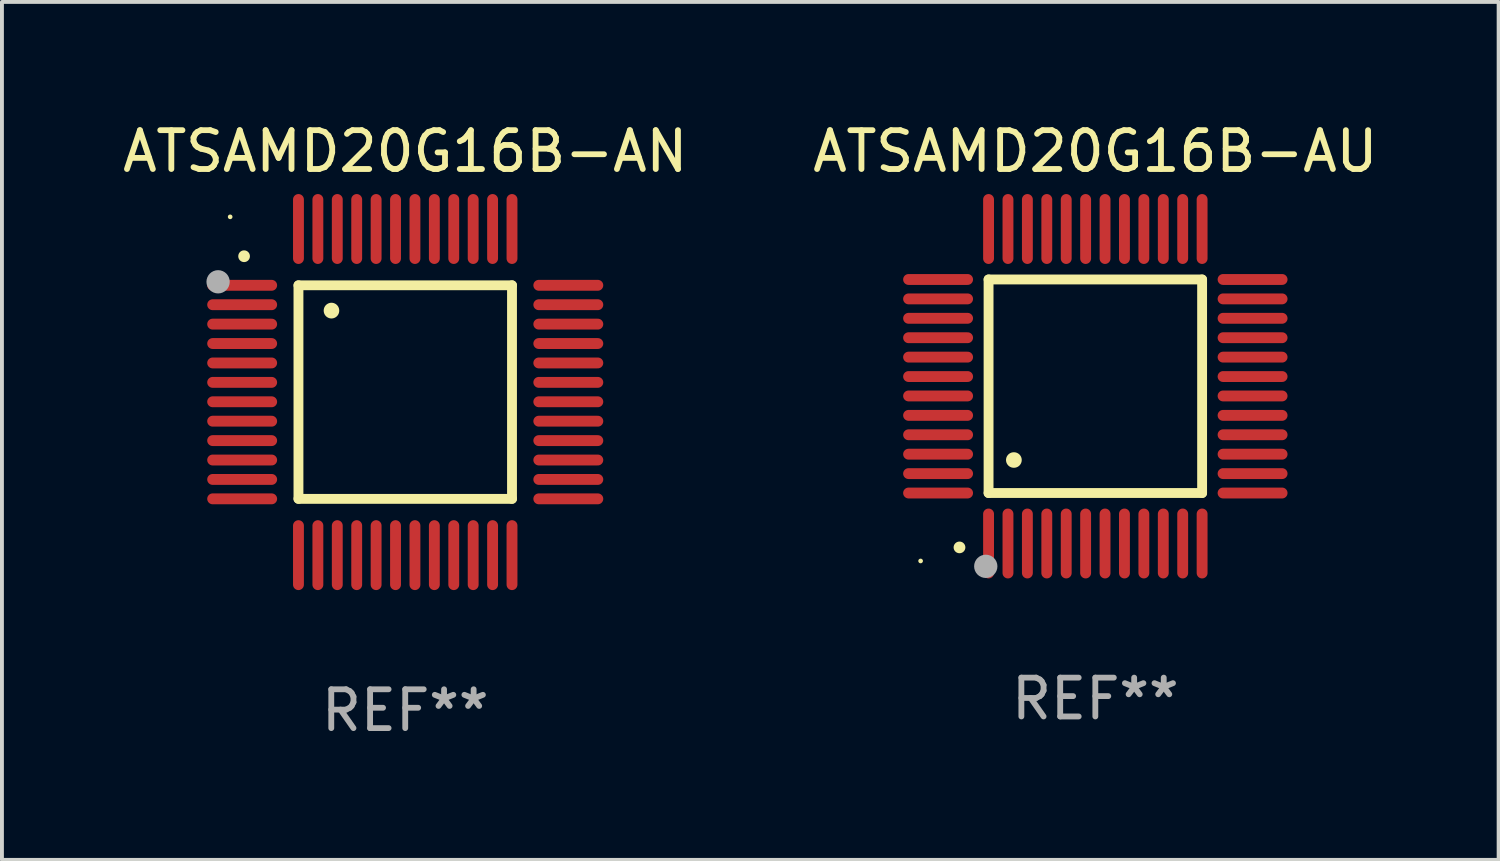
<source format=kicad_pcb>
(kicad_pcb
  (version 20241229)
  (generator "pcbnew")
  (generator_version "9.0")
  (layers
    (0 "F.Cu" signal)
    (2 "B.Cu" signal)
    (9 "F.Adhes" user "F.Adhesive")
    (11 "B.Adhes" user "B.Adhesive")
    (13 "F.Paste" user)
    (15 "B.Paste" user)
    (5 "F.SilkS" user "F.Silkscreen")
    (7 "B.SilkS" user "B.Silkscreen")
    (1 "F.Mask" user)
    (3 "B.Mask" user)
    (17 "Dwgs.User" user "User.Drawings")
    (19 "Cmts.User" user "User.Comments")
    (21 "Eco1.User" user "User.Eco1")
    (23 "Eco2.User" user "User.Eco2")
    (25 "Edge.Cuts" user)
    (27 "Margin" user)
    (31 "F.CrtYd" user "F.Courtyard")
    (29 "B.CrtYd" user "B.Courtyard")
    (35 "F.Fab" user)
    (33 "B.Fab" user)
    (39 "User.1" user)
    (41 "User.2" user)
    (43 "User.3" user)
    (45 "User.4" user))
  (footprint "ATSAMD20G16B-AU"
    (layer "F.Cu")
    (at 25.161 6.898)
    (property "Reference" "ATSAMD20G16B-AU" (at 0 -6.05 0) (layer "F.SilkS") (effects (font (size 1 1) (thickness 0.15))))
    (attr through_hole)
    (fp_line (start -2.75 -2.75) (end 2.75 -2.75) (stroke (width 0.254) (type solid)) (layer "F.SilkS"))
    (fp_line (start -2.75 2.75) (end -2.75 -2.75) (stroke (width 0.254) (type solid)) (layer "F.SilkS"))
    (fp_line (start 2.75 -2.75) (end 2.75 2.75) (stroke (width 0.254) (type solid)) (layer "F.SilkS"))
    (fp_line (start 2.75 2.75) (end -2.75 2.75) (stroke (width 0.254) (type solid)) (layer "F.SilkS"))
    (fp_arc (start -3.500127 4.150368) (mid -3.498857 4.150363) (end -3.497587 4.150368) (stroke (width 0.3) (type solid)) (layer "F.SilkS"))
    (fp_arc (start -2.100584 1.899924) (mid -2.098044 1.899908) (end -2.095504 1.899924) (stroke (width 0.4) (type solid)) (layer "F.SilkS"))
    (fp_circle (center -4.5 4.5) (end -4.47 4.5) (stroke (width 0.06) (type solid)) (fill no) (layer "F.SilkS"))
    (fp_circle (center -2.822 4.638) (end -2.672 4.638) (stroke (width 0.3) (type solid)) (fill no) (layer "F.Fab"))
    (fp_text user "REF**" (at 0 8.05 0) (layer "F.Fab") (effects (font (size 1 1) (thickness 0.15))))
    (pad "1" smd oval (at -2.75 4.05) (size 0.28 1.8) (layers "F.Cu" "F.Mask" "F.Paste"))
    (pad "2" smd oval (at -2.25 4.05) (size 0.28 1.8) (layers "F.Cu" "F.Mask" "F.Paste"))
    (pad "3" smd oval (at -1.75 4.05) (size 0.28 1.8) (layers "F.Cu" "F.Mask" "F.Paste"))
    (pad "4" smd oval (at -1.25 4.05) (size 0.28 1.8) (layers "F.Cu" "F.Mask" "F.Paste"))
    (pad "5" smd oval (at -0.75 4.05) (size 0.28 1.8) (layers "F.Cu" "F.Mask" "F.Paste"))
    (pad "6" smd oval (at -0.25 4.05) (size 0.28 1.8) (layers "F.Cu" "F.Mask" "F.Paste"))
    (pad "7" smd oval (at 0.25 4.05) (size 0.28 1.8) (layers "F.Cu" "F.Mask" "F.Paste"))
    (pad "8" smd oval (at 0.75 4.05) (size 0.28 1.8) (layers "F.Cu" "F.Mask" "F.Paste"))
    (pad "9" smd oval (at 1.25 4.05) (size 0.28 1.8) (layers "F.Cu" "F.Mask" "F.Paste"))
    (pad "10" smd oval (at 1.75 4.05) (size 0.28 1.8) (layers "F.Cu" "F.Mask" "F.Paste"))
    (pad "11" smd oval (at 2.25 4.05) (size 0.28 1.8) (layers "F.Cu" "F.Mask" "F.Paste"))
    (pad "12" smd oval (at 2.75 4.05) (size 0.28 1.8) (layers "F.Cu" "F.Mask" "F.Paste"))
    (pad "13" smd oval (at 4.05 2.75) (size 1.8 0.28) (layers "F.Cu" "F.Mask" "F.Paste"))
    (pad "14" smd oval (at 4.05 2.25) (size 1.8 0.28) (layers "F.Cu" "F.Mask" "F.Paste"))
    (pad "15" smd oval (at 4.05 1.75) (size 1.8 0.28) (layers "F.Cu" "F.Mask" "F.Paste"))
    (pad "16" smd oval (at 4.05 1.25) (size 1.8 0.28) (layers "F.Cu" "F.Mask" "F.Paste"))
    (pad "17" smd oval (at 4.05 0.75) (size 1.8 0.28) (layers "F.Cu" "F.Mask" "F.Paste"))
    (pad "18" smd oval (at 4.05 0.25) (size 1.8 0.28) (layers "F.Cu" "F.Mask" "F.Paste"))
    (pad "19" smd oval (at 4.05 -0.25) (size 1.8 0.28) (layers "F.Cu" "F.Mask" "F.Paste"))
    (pad "20" smd oval (at 4.05 -0.75) (size 1.8 0.28) (layers "F.Cu" "F.Mask" "F.Paste"))
    (pad "21" smd oval (at 4.05 -1.25) (size 1.8 0.28) (layers "F.Cu" "F.Mask" "F.Paste"))
    (pad "22" smd oval (at 4.05 -1.75) (size 1.8 0.28) (layers "F.Cu" "F.Mask" "F.Paste"))
    (pad "23" smd oval (at 4.05 -2.25) (size 1.8 0.28) (layers "F.Cu" "F.Mask" "F.Paste"))
    (pad "24" smd oval (at 4.05 -2.75) (size 1.8 0.28) (layers "F.Cu" "F.Mask" "F.Paste"))
    (pad "25" smd oval (at 2.75 -4.05) (size 0.28 1.8) (layers "F.Cu" "F.Mask" "F.Paste"))
    (pad "26" smd oval (at 2.25 -4.05) (size 0.28 1.8) (layers "F.Cu" "F.Mask" "F.Paste"))
    (pad "27" smd oval (at 1.75 -4.05) (size 0.28 1.8) (layers "F.Cu" "F.Mask" "F.Paste"))
    (pad "28" smd oval (at 1.25 -4.05) (size 0.28 1.8) (layers "F.Cu" "F.Mask" "F.Paste"))
    (pad "29" smd oval (at 0.75 -4.05) (size 0.28 1.8) (layers "F.Cu" "F.Mask" "F.Paste"))
    (pad "30" smd oval (at 0.25 -4.05) (size 0.28 1.8) (layers "F.Cu" "F.Mask" "F.Paste"))
    (pad "31" smd oval (at -0.25 -4.05) (size 0.28 1.8) (layers "F.Cu" "F.Mask" "F.Paste"))
    (pad "32" smd oval (at -0.75 -4.05) (size 0.28 1.8) (layers "F.Cu" "F.Mask" "F.Paste"))
    (pad "33" smd oval (at -1.25 -4.05) (size 0.28 1.8) (layers "F.Cu" "F.Mask" "F.Paste"))
    (pad "34" smd oval (at -1.75 -4.05) (size 0.28 1.8) (layers "F.Cu" "F.Mask" "F.Paste"))
    (pad "35" smd oval (at -2.25 -4.05) (size 0.28 1.8) (layers "F.Cu" "F.Mask" "F.Paste"))
    (pad "36" smd oval (at -2.75 -4.05) (size 0.28 1.8) (layers "F.Cu" "F.Mask" "F.Paste"))
    (pad "37" smd oval (at -4.05 -2.75) (size 1.8 0.28) (layers "F.Cu" "F.Mask" "F.Paste"))
    (pad "38" smd oval (at -4.05 -2.25) (size 1.8 0.28) (layers "F.Cu" "F.Mask" "F.Paste"))
    (pad "39" smd oval (at -4.05 -1.75) (size 1.8 0.28) (layers "F.Cu" "F.Mask" "F.Paste"))
    (pad "40" smd oval (at -4.05 -1.25) (size 1.8 0.28) (layers "F.Cu" "F.Mask" "F.Paste"))
    (pad "41" smd oval (at -4.05 -0.75) (size 1.8 0.28) (layers "F.Cu" "F.Mask" "F.Paste"))
    (pad "42" smd oval (at -4.05 -0.25) (size 1.8 0.28) (layers "F.Cu" "F.Mask" "F.Paste"))
    (pad "43" smd oval (at -4.05 0.25) (size 1.8 0.28) (layers "F.Cu" "F.Mask" "F.Paste"))
    (pad "44" smd oval (at -4.05 0.75) (size 1.8 0.28) (layers "F.Cu" "F.Mask" "F.Paste"))
    (pad "45" smd oval (at -4.05 1.25) (size 1.8 0.28) (layers "F.Cu" "F.Mask" "F.Paste"))
    (pad "46" smd oval (at -4.05 1.75) (size 1.8 0.28) (layers "F.Cu" "F.Mask" "F.Paste"))
    (pad "47" smd oval (at -4.05 2.25) (size 1.8 0.28) (layers "F.Cu" "F.Mask" "F.Paste"))
    (pad "48" smd oval (at -4.05 2.75) (size 1.8 0.28) (layers "F.Cu" "F.Mask" "F.Paste")))
  (footprint "ATSAMD20G16B-AN"
    (layer "F.Cu")
    (at 7.387 7.048)
    (property "Reference" "ATSAMD20G16B-AN" (at 0 -6.2 0) (layer "F.SilkS") (effects (font (size 1 1) (thickness 0.15))))
    (attr through_hole)
    (fp_line (start -2.75 -2.75) (end 2.75 -2.75) (stroke (width 0.254) (type solid)) (layer "F.SilkS"))
    (fp_line (start -2.75 2.75) (end -2.75 -2.75) (stroke (width 0.254) (type solid)) (layer "F.SilkS"))
    (fp_line (start 2.75 -2.75) (end 2.75 2.75) (stroke (width 0.254) (type solid)) (layer "F.SilkS"))
    (fp_line (start 2.75 2.75) (end -2.75 2.75) (stroke (width 0.254) (type solid)) (layer "F.SilkS"))
    (fp_arc (start -4.150368 -3.497587) (mid -4.150373 -3.498857) (end -4.150368 -3.500127) (stroke (width 0.3) (type solid)) (layer "F.SilkS"))
    (fp_arc (start -1.899924 -2.095504) (mid -1.89994 -2.098044) (end -1.899924 -2.100584) (stroke (width 0.4) (type solid)) (layer "F.SilkS"))
    (fp_circle (center -4.509 -4.513) (end -4.479 -4.513) (stroke (width 0.06) (type solid)) (fill no) (layer "F.SilkS"))
    (fp_circle (center -4.82 -2.84) (end -4.67 -2.84) (stroke (width 0.3) (type solid)) (fill no) (layer "F.Fab"))
    (fp_text user "REF**" (at 0 8.2 0) (layer "F.Fab") (effects (font (size 1 1) (thickness 0.15))))
    (pad "1" smd oval (at -4.2 -2.75 90) (size 0.28 1.8) (layers "F.Cu" "F.Mask" "F.Paste"))
    (pad "2" smd oval (at -4.2 -2.25 90) (size 0.28 1.8) (layers "F.Cu" "F.Mask" "F.Paste"))
    (pad "3" smd oval (at -4.2 -1.75 90) (size 0.28 1.8) (layers "F.Cu" "F.Mask" "F.Paste"))
    (pad "4" smd oval (at -4.2 -1.25 90) (size 0.28 1.8) (layers "F.Cu" "F.Mask" "F.Paste"))
    (pad "5" smd oval (at -4.2 -0.75 90) (size 0.28 1.8) (layers "F.Cu" "F.Mask" "F.Paste"))
    (pad "6" smd oval (at -4.2 -0.25 90) (size 0.28 1.8) (layers "F.Cu" "F.Mask" "F.Paste"))
    (pad "7" smd oval (at -4.2 0.25 90) (size 0.28 1.8) (layers "F.Cu" "F.Mask" "F.Paste"))
    (pad "8" smd oval (at -4.2 0.75 90) (size 0.28 1.8) (layers "F.Cu" "F.Mask" "F.Paste"))
    (pad "9" smd oval (at -4.2 1.25 90) (size 0.28 1.8) (layers "F.Cu" "F.Mask" "F.Paste"))
    (pad "10" smd oval (at -4.2 1.75 90) (size 0.28 1.8) (layers "F.Cu" "F.Mask" "F.Paste"))
    (pad "11" smd oval (at -4.2 2.25 90) (size 0.28 1.8) (layers "F.Cu" "F.Mask" "F.Paste"))
    (pad "12" smd oval (at -4.2 2.75 90) (size 0.28 1.8) (layers "F.Cu" "F.Mask" "F.Paste"))
    (pad "13" smd oval (at -2.75 4.2) (size 0.28 1.8) (layers "F.Cu" "F.Mask" "F.Paste"))
    (pad "14" smd oval (at -2.25 4.2) (size 0.28 1.8) (layers "F.Cu" "F.Mask" "F.Paste"))
    (pad "15" smd oval (at -1.75 4.2) (size 0.28 1.8) (layers "F.Cu" "F.Mask" "F.Paste"))
    (pad "16" smd oval (at -1.25 4.2) (size 0.28 1.8) (layers "F.Cu" "F.Mask" "F.Paste"))
    (pad "17" smd oval (at -0.75 4.2) (size 0.28 1.8) (layers "F.Cu" "F.Mask" "F.Paste"))
    (pad "18" smd oval (at -0.25 4.2) (size 0.28 1.8) (layers "F.Cu" "F.Mask" "F.Paste"))
    (pad "19" smd oval (at 0.25 4.2) (size 0.28 1.8) (layers "F.Cu" "F.Mask" "F.Paste"))
    (pad "20" smd oval (at 0.75 4.2) (size 0.28 1.8) (layers "F.Cu" "F.Mask" "F.Paste"))
    (pad "21" smd oval (at 1.25 4.2) (size 0.28 1.8) (layers "F.Cu" "F.Mask" "F.Paste"))
    (pad "22" smd oval (at 1.75 4.2) (size 0.28 1.8) (layers "F.Cu" "F.Mask" "F.Paste"))
    (pad "23" smd oval (at 2.25 4.2) (size 0.28 1.8) (layers "F.Cu" "F.Mask" "F.Paste"))
    (pad "24" smd oval (at 2.75 4.2) (size 0.28 1.8) (layers "F.Cu" "F.Mask" "F.Paste"))
    (pad "25" smd oval (at 4.2 2.75 90) (size 0.28 1.8) (layers "F.Cu" "F.Mask" "F.Paste"))
    (pad "26" smd oval (at 4.2 2.25 90) (size 0.28 1.8) (layers "F.Cu" "F.Mask" "F.Paste"))
    (pad "27" smd oval (at 4.2 1.75 90) (size 0.28 1.8) (layers "F.Cu" "F.Mask" "F.Paste"))
    (pad "28" smd oval (at 4.2 1.25 90) (size 0.28 1.8) (layers "F.Cu" "F.Mask" "F.Paste"))
    (pad "29" smd oval (at 4.2 0.75 90) (size 0.28 1.8) (layers "F.Cu" "F.Mask" "F.Paste"))
    (pad "30" smd oval (at 4.2 0.25 90) (size 0.28 1.8) (layers "F.Cu" "F.Mask" "F.Paste"))
    (pad "31" smd oval (at 4.2 -0.25 90) (size 0.28 1.8) (layers "F.Cu" "F.Mask" "F.Paste"))
    (pad "32" smd oval (at 4.2 -0.75 90) (size 0.28 1.8) (layers "F.Cu" "F.Mask" "F.Paste"))
    (pad "33" smd oval (at 4.2 -1.25 90) (size 0.28 1.8) (layers "F.Cu" "F.Mask" "F.Paste"))
    (pad "34" smd oval (at 4.2 -1.75 90) (size 0.28 1.8) (layers "F.Cu" "F.Mask" "F.Paste"))
    (pad "35" smd oval (at 4.2 -2.25 90) (size 0.28 1.8) (layers "F.Cu" "F.Mask" "F.Paste"))
    (pad "36" smd oval (at 4.2 -2.75 90) (size 0.28 1.8) (layers "F.Cu" "F.Mask" "F.Paste"))
    (pad "37" smd oval (at 2.75 -4.2) (size 0.28 1.8) (layers "F.Cu" "F.Mask" "F.Paste"))
    (pad "38" smd oval (at 2.25 -4.2) (size 0.28 1.8) (layers "F.Cu" "F.Mask" "F.Paste"))
    (pad "39" smd oval (at 1.75 -4.2) (size 0.28 1.8) (layers "F.Cu" "F.Mask" "F.Paste"))
    (pad "40" smd oval (at 1.25 -4.2) (size 0.28 1.8) (layers "F.Cu" "F.Mask" "F.Paste"))
    (pad "41" smd oval (at 0.75 -4.2) (size 0.28 1.8) (layers "F.Cu" "F.Mask" "F.Paste"))
    (pad "42" smd oval (at 0.25 -4.2) (size 0.28 1.8) (layers "F.Cu" "F.Mask" "F.Paste"))
    (pad "43" smd oval (at -0.25 -4.2) (size 0.28 1.8) (layers "F.Cu" "F.Mask" "F.Paste"))
    (pad "44" smd oval (at -0.75 -4.2) (size 0.28 1.8) (layers "F.Cu" "F.Mask" "F.Paste"))
    (pad "45" smd oval (at -1.25 -4.2) (size 0.28 1.8) (layers "F.Cu" "F.Mask" "F.Paste"))
    (pad "46" smd oval (at -1.75 -4.2) (size 0.28 1.8) (layers "F.Cu" "F.Mask" "F.Paste"))
    (pad "47" smd oval (at -2.25 -4.2) (size 0.28 1.8) (layers "F.Cu" "F.Mask" "F.Paste"))
    (pad "48" smd oval (at -2.75 -4.2) (size 0.28 1.8) (layers "F.Cu" "F.Mask" "F.Paste")))
  (gr_rect
    (start -3 -3)
    (end 35.548 19.097)
    (stroke (width 0.1) (type default))
    (fill no)
    (layer "Edge.Cuts")))
</source>
